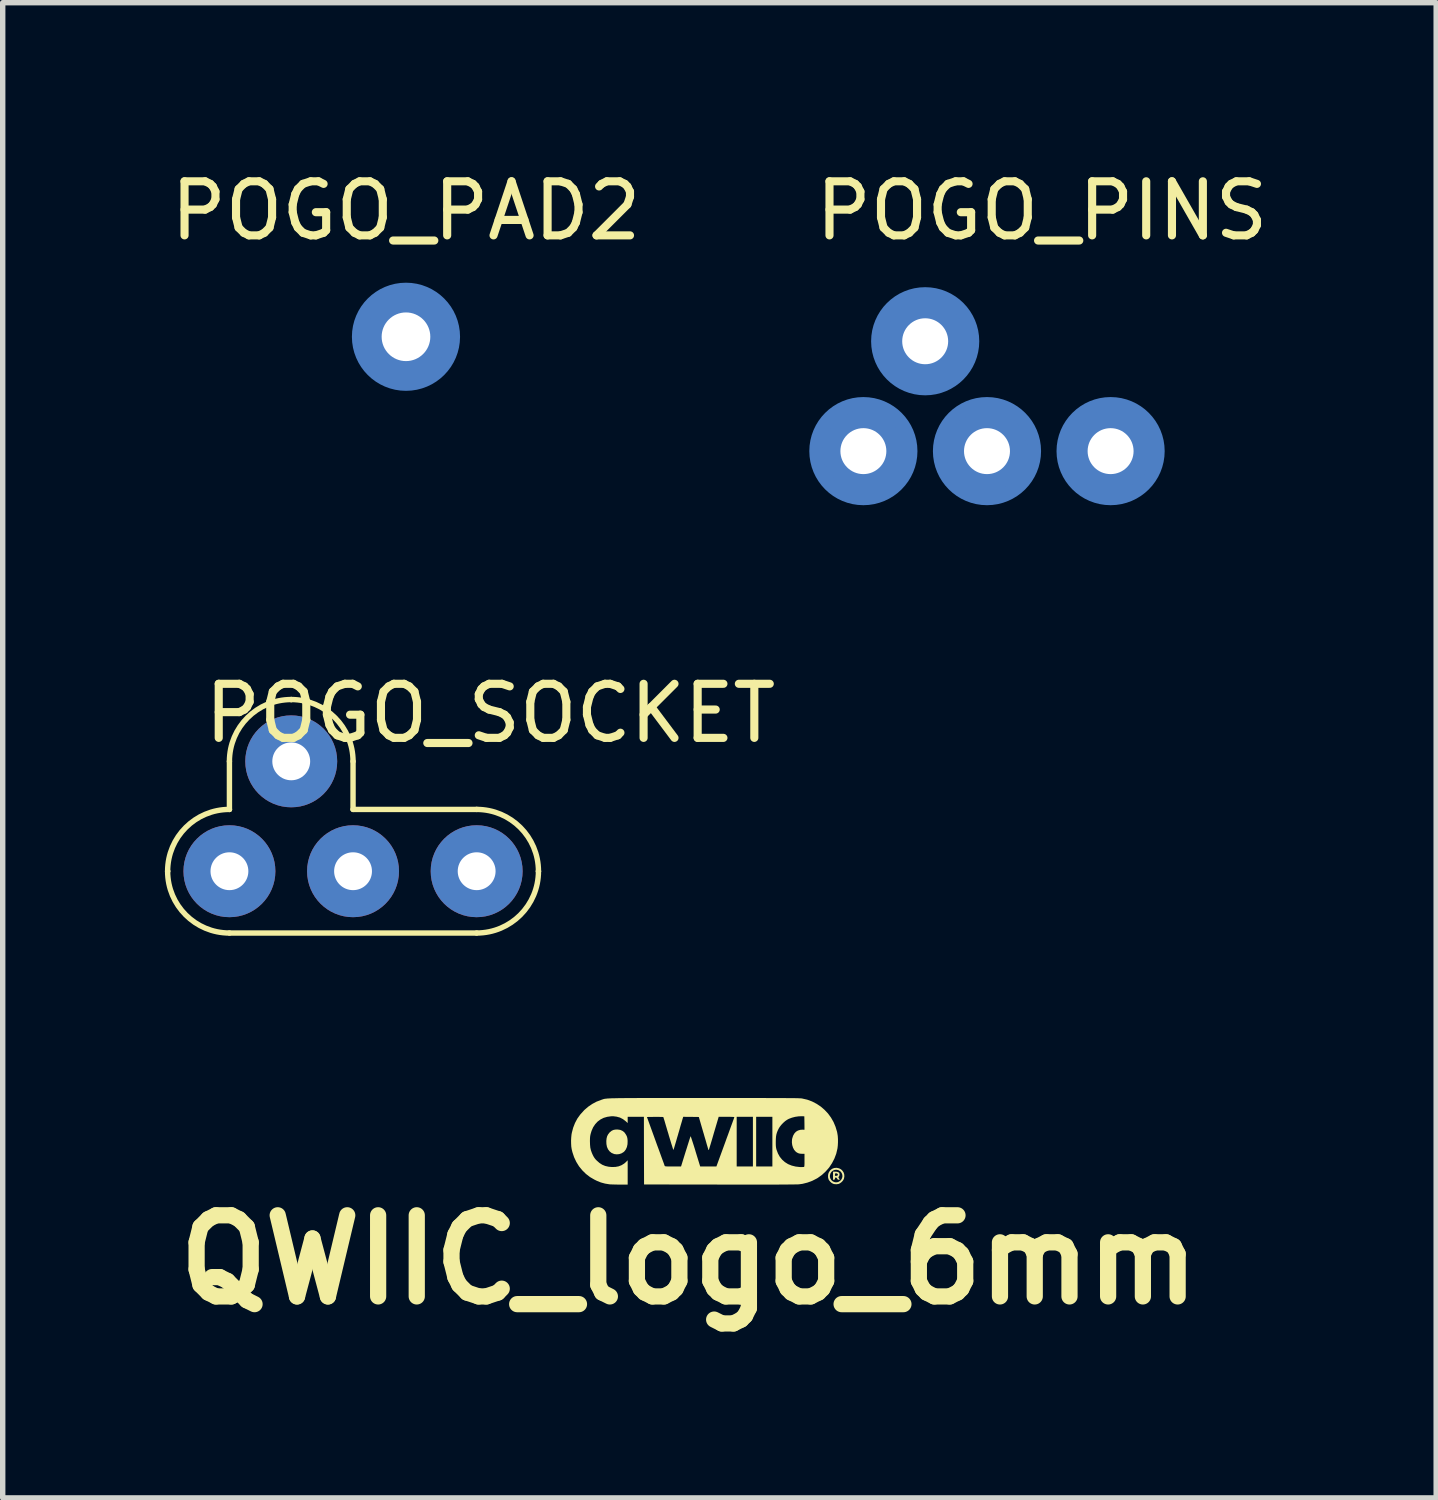
<source format=kicad_pcb>
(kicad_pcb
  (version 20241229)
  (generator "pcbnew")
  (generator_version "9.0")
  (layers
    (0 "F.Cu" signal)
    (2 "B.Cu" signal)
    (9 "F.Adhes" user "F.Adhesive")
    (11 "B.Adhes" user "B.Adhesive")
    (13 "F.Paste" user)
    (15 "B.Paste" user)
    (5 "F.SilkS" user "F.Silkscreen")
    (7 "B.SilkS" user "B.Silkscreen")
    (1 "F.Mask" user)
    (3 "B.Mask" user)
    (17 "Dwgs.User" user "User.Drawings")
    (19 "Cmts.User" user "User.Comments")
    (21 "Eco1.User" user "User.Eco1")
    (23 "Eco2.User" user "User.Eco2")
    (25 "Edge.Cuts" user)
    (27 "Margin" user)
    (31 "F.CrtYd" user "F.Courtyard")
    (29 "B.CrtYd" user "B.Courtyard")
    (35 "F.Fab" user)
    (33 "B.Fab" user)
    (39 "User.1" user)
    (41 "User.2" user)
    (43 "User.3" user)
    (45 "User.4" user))
  (footprint "POGO_PAD2"
    (layer "F.Cu")
    (at 4.458 3.178)
    (property "Reference" "POGO_PAD2" (at 0 -2.33 0) (layer "F.SilkS") (effects (font (size 1 1) (thickness 0.15))))
    (attr through_hole)
    (fp_circle (center 0 0) (end 0.85 0) (stroke (width 0.3) (type solid)) (fill no) (layer "B.Cu"))
    (fp_circle (center 0 0) (end 0.85 0) (stroke (width 0.3) (type solid)) (fill no) (layer "B.Mask"))
    (pad "1" thru_hole circle (at 0 0) (size 1.5 1.5) (drill 0.9) (layers "*.Cu" "*.Mask")))
  (footprint "POGO_PINS"
    (layer "F.Cu")
    (at 15.203 5.293)
    (property "Reference" "POGO_PINS" (at 1.016 -4.445 0) (layer "F.SilkS") (effects (font (size 1 1) (thickness 0.15))))
    (attr through_hole)
    (fp_circle (center -2.286 0) (end -1.436 0) (stroke (width 0.3) (type solid)) (fill no) (layer "B.Cu"))
    (fp_circle (center -1.143 -2.032) (end -0.293 -2.032) (stroke (width 0.3) (type solid)) (fill no) (layer "B.Cu"))
    (fp_circle (center 0 0) (end 0.85 0) (stroke (width 0.3) (type solid)) (fill no) (layer "B.Cu"))
    (fp_circle (center 2.286 0) (end 3.136 0) (stroke (width 0.3) (type solid)) (fill no) (layer "B.Cu"))
    (fp_circle (center -2.286 0) (end -1.436 0) (stroke (width 0.3) (type solid)) (fill no) (layer "B.Mask"))
    (fp_circle (center -1.143 -2.032) (end -0.293 -2.032) (stroke (width 0.3) (type solid)) (fill no) (layer "B.Mask"))
    (fp_circle (center 0 0) (end 0.85 0) (stroke (width 0.3) (type solid)) (fill no) (layer "B.Mask"))
    (fp_circle (center 2.286 0) (end 3.136 0) (stroke (width 0.3) (type solid)) (fill no) (layer "B.Mask"))
    (pad "1" thru_hole circle (at -2.286 0) (size 1.5 1.5) (drill 0.85) (layers "*.Cu" "*.Mask"))
    (pad "2" thru_hole circle (at 0 0) (size 1.5 1.5) (drill 0.85) (layers "*.Cu" "*.Mask"))
    (pad "3" thru_hole circle (at 2.286 0) (size 1.5 1.5) (drill 0.85) (layers "*.Cu" "*.Mask"))
    (pad "4" thru_hole circle (at -1.143 -2.032) (size 1.5 1.5) (drill 0.85) (layers "*.Cu" "*.Mask")))
  (footprint "QWIIC_logo_6mm"
    (layer "F.Cu")
    (at 9.998 18.012)
    (property "Reference" "QWIIC_logo_6mm" (at -0.305 2.235 0) (layer "F.SilkS") (effects (font (size 1.5 1.5) (thickness 0.3))))
    (attr board_only exclude_from_pos_files exclude_from_bom)
    (fp_poly (pts (xy -1.624 -0.173) (xy -1.577 -0.166) (xy -1.538 -0.149) (xy -1.504 -0.124) (xy -1.477 -0.087) (xy -1.462 -0.061) (xy -1.453 -0.04) (xy -1.448 -0.021) (xy -1.444 -0.00014) (xy -1.442 0.027) (xy -1.441 0.039) (xy -1.443 0.098) (xy -1.454 0.15) (xy -1.474 0.195) (xy -1.502 0.232) (xy -1.517 0.245) (xy -1.555 0.268) (xy -1.598 0.282) (xy -1.643 0.286) (xy -1.686 0.281) (xy -1.695 0.278) (xy -1.739 0.259) (xy -1.775 0.23) (xy -1.803 0.193) (xy -1.823 0.148) (xy -1.833 0.096) (xy -1.835 0.039) (xy -1.83 -0.01) (xy -1.819 -0.051) (xy -1.801 -0.085) (xy -1.776 -0.117) (xy -1.766 -0.126) (xy -1.736 -0.15) (xy -1.704 -0.165) (xy -1.669 -0.172) (xy -1.627 -0.173)) (stroke (width 0) (type solid)) (fill yes) (layer "F.SilkS"))
    (fp_poly (pts (xy 2.427 0.608) (xy 2.453 0.615) (xy 2.469 0.626) (xy 2.472 0.63) (xy 2.478 0.65) (xy 2.477 0.672) (xy 2.47 0.691) (xy 2.466 0.696) (xy 2.458 0.705) (xy 2.457 0.712) (xy 2.464 0.723) (xy 2.465 0.725) (xy 2.476 0.742) (xy 2.481 0.751) (xy 2.478 0.755) (xy 2.469 0.756) (xy 2.465 0.756) (xy 2.45 0.754) (xy 2.44 0.746) (xy 2.434 0.735) (xy 2.422 0.719) (xy 2.41 0.713) (xy 2.399 0.717) (xy 2.394 0.73) (xy 2.393 0.734) (xy 2.39 0.748) (xy 2.382 0.754) (xy 2.375 0.755) (xy 2.358 0.757) (xy 2.358 0.681) (xy 2.358 0.675) (xy 2.392 0.675) (xy 2.395 0.682) (xy 2.405 0.684) (xy 2.412 0.684) (xy 2.429 0.682) (xy 2.44 0.678) (xy 2.441 0.677) (xy 2.448 0.664) (xy 2.445 0.651) (xy 2.433 0.641) (xy 2.415 0.636) (xy 2.41 0.636) (xy 2.4 0.638) (xy 2.396 0.645) (xy 2.393 0.66) (xy 2.392 0.675) (xy 2.358 0.675) (xy 2.358 0.606) (xy 2.393 0.606)) (stroke (width 0) (type solid)) (fill yes) (layer "F.SilkS"))
    (fp_poly (pts (xy 2.431 0.536) (xy 2.47 0.545) (xy 2.505 0.563) (xy 2.532 0.589) (xy 2.553 0.621) (xy 2.565 0.657) (xy 2.567 0.695) (xy 2.56 0.734) (xy 2.551 0.755) (xy 2.535 0.779) (xy 2.512 0.802) (xy 2.486 0.821) (xy 2.462 0.833) (xy 2.461 0.833) (xy 2.422 0.839) (xy 2.382 0.836) (xy 2.36 0.83) (xy 2.333 0.816) (xy 2.307 0.793) (xy 2.285 0.766) (xy 2.277 0.753) (xy 2.267 0.72) (xy 2.265 0.684) (xy 2.266 0.673) (xy 2.3 0.673) (xy 2.3 0.706) (xy 2.31 0.736) (xy 2.327 0.763) (xy 2.351 0.784) (xy 2.379 0.798) (xy 2.411 0.804) (xy 2.445 0.8) (xy 2.459 0.795) (xy 2.49 0.776) (xy 2.512 0.751) (xy 2.526 0.722) (xy 2.532 0.69) (xy 2.528 0.659) (xy 2.516 0.629) (xy 2.496 0.603) (xy 2.466 0.583) (xy 2.459 0.579) (xy 2.424 0.571) (xy 2.39 0.573) (xy 2.358 0.586) (xy 2.33 0.608) (xy 2.31 0.638) (xy 2.31 0.639) (xy 2.3 0.673) (xy 2.266 0.673) (xy 2.27 0.646) (xy 2.283 0.614) (xy 2.308 0.579) (xy 2.34 0.554) (xy 2.378 0.539) (xy 2.421 0.535)) (stroke (width 0) (type solid)) (fill yes) (layer "F.SilkS"))
    (fp_poly (pts (xy -0.376 -0.756) (xy -0.215 -0.756) (xy -0.042 -0.756) (xy -0.021 -0.756) (xy 0.152 -0.756) (xy 0.314 -0.756) (xy 0.464 -0.756) (xy 0.604 -0.756) (xy 0.733 -0.756) (xy 0.852 -0.756) (xy 0.962 -0.756) (xy 1.062 -0.756) (xy 1.154 -0.755) (xy 1.238 -0.755) (xy 1.313 -0.755) (xy 1.382 -0.755) (xy 1.443 -0.755) (xy 1.497 -0.754) (xy 1.546 -0.754) (xy 1.588 -0.754) (xy 1.625 -0.753) (xy 1.658 -0.753) (xy 1.685 -0.752) (xy 1.709 -0.752) (xy 1.728 -0.751) (xy 1.745 -0.75) (xy 1.758 -0.75) (xy 1.769 -0.749) (xy 1.778 -0.748) (xy 1.785 -0.747) (xy 1.789 -0.746) (xy 1.881 -0.725) (xy 1.97 -0.692) (xy 2.053 -0.649) (xy 2.13 -0.598) (xy 2.201 -0.537) (xy 2.265 -0.469) (xy 2.32 -0.394) (xy 2.367 -0.312) (xy 2.404 -0.224) (xy 2.432 -0.131) (xy 2.437 -0.105) (xy 2.445 -0.055) (xy 2.449 0.003) (xy 2.449 0.064) (xy 2.446 0.122) (xy 2.44 0.175) (xy 2.439 0.18) (xy 2.417 0.274) (xy 2.383 0.364) (xy 2.339 0.449) (xy 2.286 0.529) (xy 2.223 0.601) (xy 2.153 0.666) (xy 2.074 0.723) (xy 2.057 0.733) (xy 1.975 0.775) (xy 1.886 0.808) (xy 1.795 0.831) (xy 1.73 0.84) (xy 1.717 0.841) (xy 1.695 0.842) (xy 1.663 0.842) (xy 1.621 0.843) (xy 1.57 0.843) (xy 1.508 0.844) (xy 1.436 0.844) (xy 1.354 0.845) (xy 1.262 0.845) (xy 1.158 0.845) (xy 1.044 0.845) (xy 0.918 0.845) (xy 0.781 0.845) (xy 0.633 0.845) (xy 0.473 0.845) (xy 0.302 0.845) (xy 0.264 0.845) (xy -1.137 0.843) (xy -1.139 0.218) (xy -1.14 -0.405) (xy -1.084 -0.405) (xy -0.923 0.039) (xy -0.898 0.109) (xy -0.873 0.176) (xy -0.85 0.239) (xy -0.829 0.297) (xy -0.81 0.35) (xy -0.793 0.396) (xy -0.779 0.434) (xy -0.768 0.464) (xy -0.761 0.485) (xy -0.757 0.496) (xy -0.756 0.497) (xy -0.754 0.501) (xy -0.751 0.504) (xy -0.746 0.506) (xy -0.736 0.508) (xy -0.722 0.509) (xy -0.7 0.51) (xy -0.67 0.51) (xy -0.631 0.51) (xy -0.601 0.51) (xy -0.453 0.51) (xy -0.367 0.233) (xy -0.349 0.177) (xy -0.333 0.125) (xy -0.318 0.078) (xy -0.305 0.036) (xy -0.294 0.002) (xy -0.285 -0.025) (xy -0.279 -0.042) (xy -0.276 -0.05) (xy -0.276 -0.05) (xy -0.274 -0.045) (xy -0.268 -0.03) (xy -0.26 -0.006) (xy -0.249 0.027) (xy -0.236 0.067) (xy -0.221 0.113) (xy -0.205 0.164) (xy -0.188 0.219) (xy -0.186 0.228) (xy -0.099 0.51) (xy 0.051 0.51) (xy 0.201 0.51) (xy 0.366 0.058) (xy 0.391 -0.012) (xy 0.416 -0.079) (xy 0.439 -0.143) (xy 0.46 -0.201) (xy 0.479 -0.253) (xy 0.496 -0.299) (xy 0.51 -0.338) (xy 0.521 -0.368) (xy 0.528 -0.389) (xy 0.532 -0.399) (xy 0.533 -0.401) (xy 0.531 -0.403) (xy 0.524 -0.405) (xy 0.509 -0.406) (xy 0.486 -0.407) (xy 0.454 -0.408) (xy 0.412 -0.408) (xy 0.389 -0.408) (xy 0.576 -0.408) (xy 0.576 0.051) (xy 0.576 0.51) (xy 0.726 0.51) (xy 0.876 0.51) (xy 0.876 0.051) (xy 0.876 -0.408) (xy 0.936 -0.408) (xy 0.936 0.051) (xy 0.936 0.51) (xy 1.086 0.51) (xy 1.236 0.51) (xy 1.236 0.054) (xy 1.299 0.054) (xy 1.299 0.093) (xy 1.3 0.123) (xy 1.302 0.147) (xy 1.305 0.167) (xy 1.309 0.186) (xy 1.313 0.201) (xy 1.339 0.27) (xy 1.373 0.331) (xy 1.417 0.385) (xy 1.468 0.43) (xy 1.527 0.467) (xy 1.594 0.494) (xy 1.667 0.512) (xy 1.746 0.521) (xy 1.765 0.521) (xy 1.789 0.521) (xy 1.808 0.52) (xy 1.82 0.519) (xy 1.821 0.518) (xy 1.824 0.516) (xy 1.826 0.51) (xy 1.828 0.499) (xy 1.829 0.481) (xy 1.83 0.456) (xy 1.83 0.421) (xy 1.83 0.395) (xy 1.83 0.276) (xy 1.784 0.276) (xy 1.744 0.273) (xy 1.712 0.264) (xy 1.682 0.247) (xy 1.664 0.232) (xy 1.637 0.2) (xy 1.617 0.16) (xy 1.603 0.114) (xy 1.597 0.065) (xy 1.599 0.015) (xy 1.603 -0.007) (xy 1.619 -0.058) (xy 1.642 -0.099) (xy 1.672 -0.132) (xy 1.708 -0.154) (xy 1.751 -0.167) (xy 1.787 -0.17) (xy 1.83 -0.169) (xy 1.829 -0.293) (xy 1.827 -0.417) (xy 1.785 -0.419) (xy 1.723 -0.417) (xy 1.659 -0.408) (xy 1.597 -0.392) (xy 1.539 -0.37) (xy 1.508 -0.353) (xy 1.472 -0.328) (xy 1.435 -0.295) (xy 1.4 -0.258) (xy 1.37 -0.219) (xy 1.352 -0.189) (xy 1.333 -0.15) (xy 1.319 -0.114) (xy 1.309 -0.078) (xy 1.303 -0.04) (xy 1.3 0.004) (xy 1.299 0.054) (xy 1.236 0.054) (xy 1.236 0.051) (xy 1.236 -0.408) (xy 1.086 -0.408) (xy 0.936 -0.408) (xy 0.876 -0.408) (xy 0.726 -0.408) (xy 0.576 -0.408) (xy 0.389 -0.408) (xy 0.243 -0.408) (xy 0.153 -0.104) (xy 0.136 -0.045) (xy 0.12 0.01) (xy 0.105 0.06) (xy 0.092 0.104) (xy 0.08 0.142) (xy 0.071 0.172) (xy 0.064 0.194) (xy 0.06 0.205) (xy 0.059 0.206) (xy 0.055 0.206) (xy 0.051 0.197) (xy 0.049 0.188) (xy 0.043 0.169) (xy 0.035 0.141) (xy 0.024 0.105) (xy 0.012 0.062) (xy -0.002 0.013) (xy -0.018 -0.04) (xy -0.034 -0.097) (xy -0.039 -0.112) (xy -0.124 -0.405) (xy -0.269 -0.407) (xy -0.413 -0.408) (xy -0.419 -0.389) (xy -0.422 -0.379) (xy -0.428 -0.359) (xy -0.436 -0.33) (xy -0.447 -0.293) (xy -0.46 -0.25) (xy -0.474 -0.2) (xy -0.489 -0.147) (xy -0.506 -0.09) (xy -0.507 -0.084) (xy -0.524 -0.028) (xy -0.539 0.025) (xy -0.553 0.073) (xy -0.566 0.116) (xy -0.576 0.151) (xy -0.585 0.179) (xy -0.591 0.197) (xy -0.594 0.205) (xy -0.594 0.206) (xy -0.596 0.201) (xy -0.602 0.186) (xy -0.61 0.161) (xy -0.62 0.128) (xy -0.633 0.088) (xy -0.647 0.041) (xy -0.663 -0.011) (xy -0.68 -0.067) (xy -0.687 -0.093) (xy -0.705 -0.151) (xy -0.721 -0.206) (xy -0.736 -0.256) (xy -0.749 -0.301) (xy -0.76 -0.339) (xy -0.77 -0.369) (xy -0.776 -0.39) (xy -0.78 -0.401) (xy -0.78 -0.403) (xy -0.787 -0.404) (xy -0.805 -0.406) (xy -0.833 -0.406) (xy -0.869 -0.407) (xy -0.912 -0.407) (xy -0.934 -0.407) (xy -1.084 -0.405) (xy -1.14 -0.405) (xy -1.14 -0.408) (xy -1.29 -0.408) (xy -1.44 -0.408) (xy -1.44 -0.35) (xy -1.44 -0.293) (xy -1.477 -0.327) (xy -1.527 -0.365) (xy -1.583 -0.394) (xy -1.645 -0.411) (xy -1.71 -0.419) (xy -1.746 -0.418) (xy -1.818 -0.408) (xy -1.884 -0.389) (xy -1.943 -0.359) (xy -1.996 -0.32) (xy -2.041 -0.271) (xy -2.079 -0.214) (xy -2.108 -0.148) (xy -2.125 -0.092) (xy -2.131 -0.065) (xy -2.135 -0.039) (xy -2.137 -0.01) (xy -2.138 0.027) (xy -2.138 0.048) (xy -2.136 0.109) (xy -2.131 0.162) (xy -2.12 0.21) (xy -2.103 0.258) (xy -2.085 0.299) (xy -2.068 0.331) (xy -2.051 0.357) (xy -2.031 0.382) (xy -2.011 0.402) (xy -1.962 0.445) (xy -1.911 0.478) (xy -1.855 0.501) (xy -1.793 0.515) (xy -1.737 0.52) (xy -1.669 0.519) (xy -1.608 0.508) (xy -1.554 0.487) (xy -1.505 0.457) (xy -1.475 0.431) (xy -1.44 0.396) (xy -1.44 0.621) (xy -1.44 0.846) (xy -1.589 0.845) (xy -1.632 0.845) (xy -1.675 0.844) (xy -1.713 0.843) (xy -1.745 0.842) (xy -1.769 0.841) (xy -1.778 0.84) (xy -1.858 0.827) (xy -1.935 0.806) (xy -2.01 0.776) (xy -2.054 0.754) (xy -2.137 0.706) (xy -2.212 0.648) (xy -2.28 0.581) (xy -2.34 0.507) (xy -2.39 0.426) (xy -2.431 0.339) (xy -2.462 0.246) (xy -2.476 0.188) (xy -2.483 0.142) (xy -2.486 0.088) (xy -2.487 0.031) (xy -2.484 -0.026) (xy -2.479 -0.078) (xy -2.473 -0.112) (xy -2.448 -0.207) (xy -2.414 -0.294) (xy -2.371 -0.375) (xy -2.317 -0.45) (xy -2.253 -0.521) (xy -2.241 -0.534) (xy -2.17 -0.595) (xy -2.097 -0.645) (xy -2.019 -0.687) (xy -1.935 -0.719) (xy -1.925 -0.723) (xy -1.915 -0.726) (xy -1.907 -0.729) (xy -1.898 -0.732) (xy -1.89 -0.735) (xy -1.88 -0.737) (xy -1.87 -0.74) (xy -1.858 -0.742) (xy -1.844 -0.743) (xy -1.828 -0.745) (xy -1.809 -0.747) (xy -1.787 -0.748) (xy -1.762 -0.749) (xy -1.732 -0.751) (xy -1.699 -0.751) (xy -1.66 -0.752) (xy -1.616 -0.753) (xy -1.566 -0.754) (xy -1.511 -0.754) (xy -1.448 -0.755) (xy -1.379 -0.755) (xy -1.303 -0.755) (xy -1.218 -0.756) (xy -1.126 -0.756) (xy -1.025 -0.756) (xy -0.915 -0.756) (xy -0.796 -0.756) (xy -0.666 -0.756) (xy -0.527 -0.756)) (stroke (width 0) (type solid)) (fill yes) (layer "F.SilkS")))
  (footprint "POGO_SOCKET"
    (layer "F.Cu")
    (at 3.479 13.062)
    (property "Reference" "POGO_SOCKET" (at 2.54 -2.921 0) (layer "F.SilkS") (effects (font (size 1 1) (thickness 0.15))))
    (attr through_hole)
    (fp_line (start -3.429 0) (end -3.429 0) (stroke (width 0.1) (type default)) (layer "F.SilkS"))
    (fp_line (start -2.286 -2.032) (end -2.286 -1.143) (stroke (width 0.1) (type default)) (layer "F.SilkS"))
    (fp_line (start -2.286 -1.143) (end -2.286 -1.143) (stroke (width 0.1) (type default)) (layer "F.SilkS"))
    (fp_line (start -2.286 1.143) (end 2.286 1.143) (stroke (width 0.1) (type default)) (layer "F.SilkS"))
    (fp_line (start -1.143 -3.175) (end -1.143 -3.175) (stroke (width 0.1) (type default)) (layer "F.SilkS"))
    (fp_line (start 0 -1.143) (end 0 -2.032) (stroke (width 0.1) (type default)) (layer "F.SilkS"))
    (fp_line (start 2.286 -1.143) (end 0 -1.143) (stroke (width 0.1) (type default)) (layer "F.SilkS"))
    (fp_line (start 3.429 0) (end 3.429 0) (stroke (width 0.1) (type default)) (layer "F.SilkS"))
    (fp_arc (start -3.429 0) (mid -3.094223 -0.808223) (end -2.286 -1.143) (stroke (width 0.1) (type default)) (layer "F.SilkS"))
    (fp_arc (start -2.286 -2.032) (mid -1.951223 -2.840223) (end -1.143 -3.175) (stroke (width 0.1) (type default)) (layer "F.SilkS"))
    (fp_arc (start -2.286 1.143) (mid -3.094223 0.808223) (end -3.429 0) (stroke (width 0.1) (type default)) (layer "F.SilkS"))
    (fp_arc (start -1.143 -3.175) (mid -0.334777 -2.840223) (end 0 -2.032) (stroke (width 0.1) (type default)) (layer "F.SilkS"))
    (fp_arc (start 2.286 -1.143) (mid 3.094223 -0.808223) (end 3.429 0) (stroke (width 0.1) (type default)) (layer "F.SilkS"))
    (fp_arc (start 3.429 0) (mid 3.094223 0.808223) (end 2.286 1.143) (stroke (width 0.1) (type default)) (layer "F.SilkS"))
    (pad "1" thru_hole circle (at -1.143 -2.032) (size 1.7 1.7) (drill 0.7) (layers "*.Cu" "F.Mask"))
    (pad "2" thru_hole circle (at -2.286 0) (size 1.7 1.7) (drill 0.7) (layers "*.Cu" "F.Mask"))
    (pad "3" thru_hole circle (at 0 0) (size 1.7 1.7) (drill 0.7) (layers "*.Cu" "F.Mask"))
    (pad "4" thru_hole circle (at 2.286 0) (size 1.7 1.7) (drill 0.7) (layers "*.Cu" "F.Mask")))
  (gr_rect
    (start -3 -3)
    (end 23.51 24.651)
    (stroke (width 0.1) (type default))
    (fill no)
    (layer "Edge.Cuts")))
</source>
